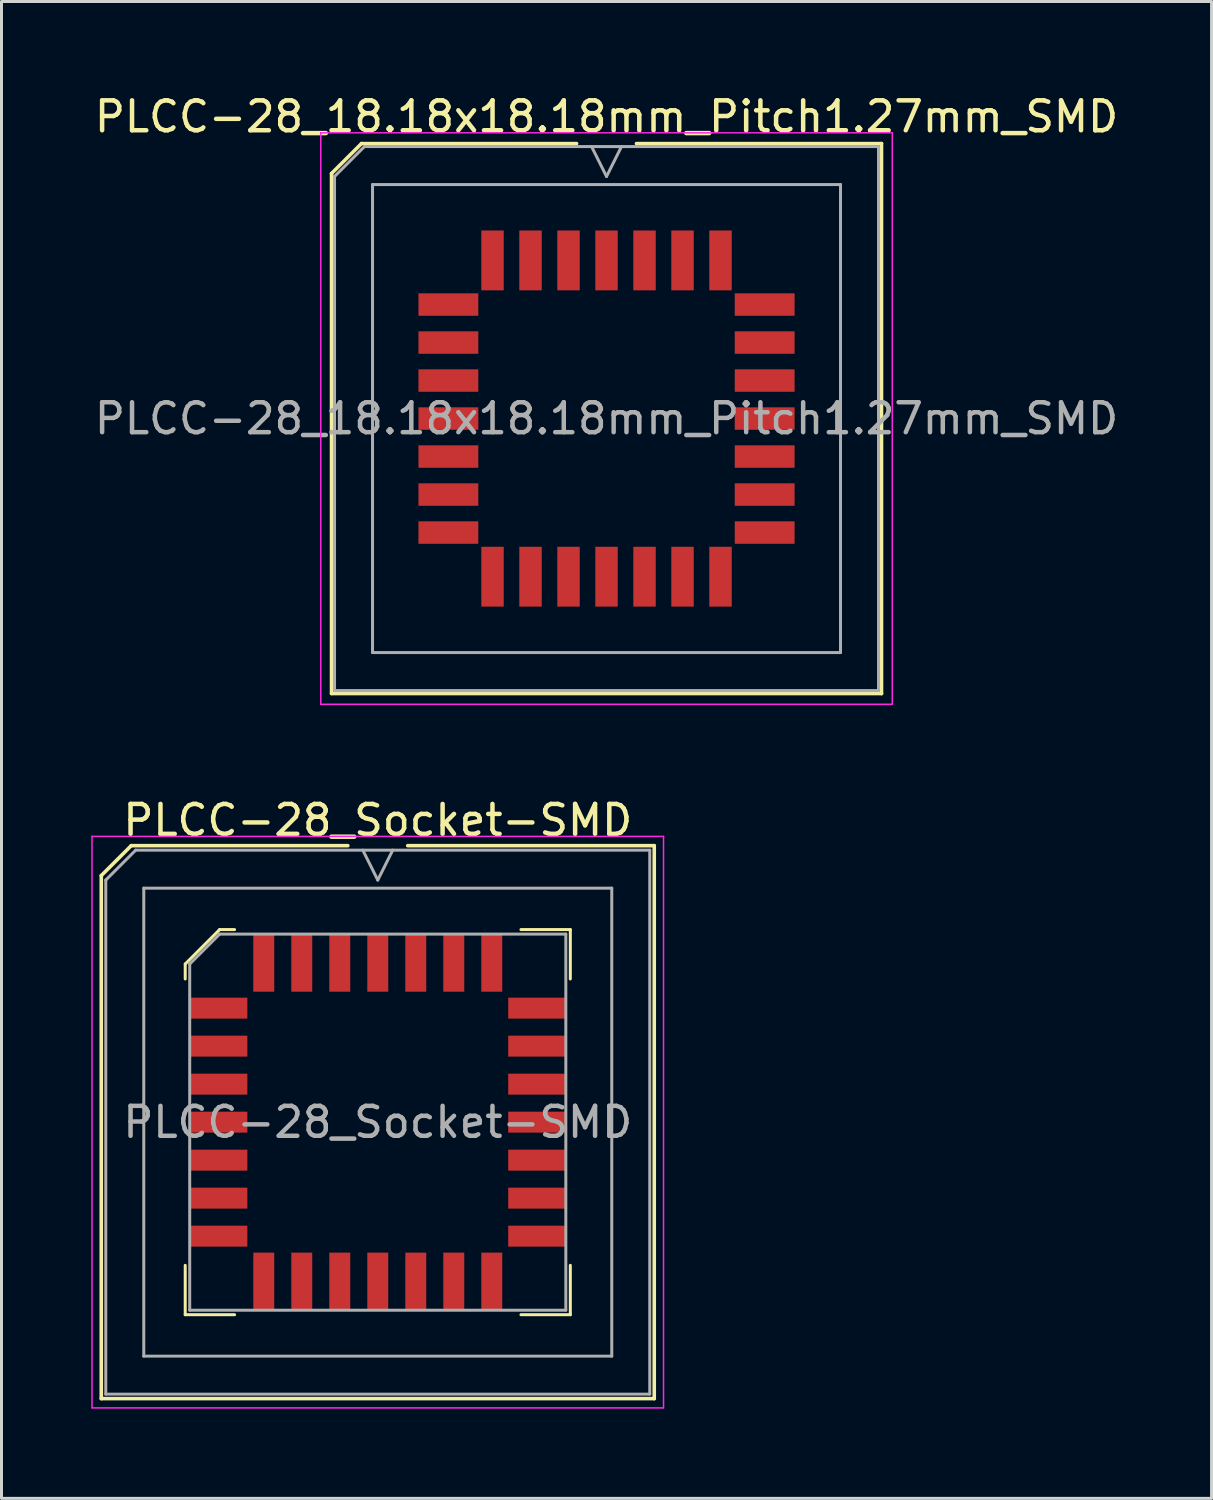
<source format=kicad_pcb>
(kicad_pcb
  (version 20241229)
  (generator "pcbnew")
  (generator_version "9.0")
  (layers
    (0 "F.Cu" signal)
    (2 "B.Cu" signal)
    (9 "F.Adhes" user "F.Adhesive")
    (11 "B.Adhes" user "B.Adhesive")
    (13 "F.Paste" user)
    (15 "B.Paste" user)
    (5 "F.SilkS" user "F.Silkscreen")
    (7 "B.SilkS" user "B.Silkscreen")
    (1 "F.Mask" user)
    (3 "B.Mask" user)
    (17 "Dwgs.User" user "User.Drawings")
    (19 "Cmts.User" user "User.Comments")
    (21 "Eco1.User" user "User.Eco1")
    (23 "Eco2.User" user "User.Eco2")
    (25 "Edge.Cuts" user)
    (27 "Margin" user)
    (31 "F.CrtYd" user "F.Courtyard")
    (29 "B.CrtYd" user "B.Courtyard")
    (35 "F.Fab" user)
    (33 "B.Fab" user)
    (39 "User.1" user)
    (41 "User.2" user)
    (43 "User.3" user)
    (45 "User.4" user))
  (footprint "PLCC-28_18.18x18.18mm_Pitch1.27mm_SMD"
    (layer "F.Cu")
    (at 17.22 10.938)
    (property "Reference" "PLCC-28_18.18x18.18mm_Pitch1.27mm_SMD" (at 0 -10.09 0) (layer "F.SilkS") (effects (font (size 1 1) (thickness 0.15))))
    (attr smd)
    (fp_line (start -9.19 -8.19) (end -9.19 9.19) (stroke (width 0.12) (type solid)) (layer "F.SilkS"))
    (fp_line (start -9.19 9.19) (end 9.19 9.19) (stroke (width 0.12) (type solid)) (layer "F.SilkS"))
    (fp_line (start -8.19 -9.19) (end -9.19 -8.19) (stroke (width 0.12) (type solid)) (layer "F.SilkS"))
    (fp_line (start -1 -9.19) (end -8.19 -9.19) (stroke (width 0.12) (type solid)) (layer "F.SilkS"))
    (fp_line (start 9.19 -9.19) (end 1 -9.19) (stroke (width 0.12) (type solid)) (layer "F.SilkS"))
    (fp_line (start 9.19 9.19) (end 9.19 -9.19) (stroke (width 0.12) (type solid)) (layer "F.SilkS"))
    (fp_line (start -9.55 -9.55) (end -9.55 9.55) (stroke (width 0.05) (type solid)) (layer "F.CrtYd"))
    (fp_line (start -9.55 9.55) (end 9.55 9.55) (stroke (width 0.05) (type solid)) (layer "F.CrtYd"))
    (fp_line (start 9.55 -9.55) (end -9.55 -9.55) (stroke (width 0.05) (type solid)) (layer "F.CrtYd"))
    (fp_line (start 9.55 9.55) (end 9.55 -9.55) (stroke (width 0.05) (type solid)) (layer "F.CrtYd"))
    (fp_line (start -9.09 -8.09) (end -9.09 9.09) (stroke (width 0.1) (type solid)) (layer "F.Fab"))
    (fp_line (start -9.09 9.09) (end 9.09 9.09) (stroke (width 0.1) (type solid)) (layer "F.Fab"))
    (fp_line (start -8.09 -9.09) (end -9.09 -8.09) (stroke (width 0.1) (type solid)) (layer "F.Fab"))
    (fp_line (start -7.82 -7.82) (end -7.82 7.82) (stroke (width 0.1) (type solid)) (layer "F.Fab"))
    (fp_line (start -7.82 7.82) (end 7.82 7.82) (stroke (width 0.1) (type solid)) (layer "F.Fab"))
    (fp_line (start -0.5 -9.09) (end 0 -8.09) (stroke (width 0.1) (type solid)) (layer "F.Fab"))
    (fp_line (start 0 -8.09) (end 0.5 -9.09) (stroke (width 0.1) (type solid)) (layer "F.Fab"))
    (fp_line (start 7.82 -7.82) (end -7.82 -7.82) (stroke (width 0.1) (type solid)) (layer "F.Fab"))
    (fp_line (start 7.82 7.82) (end 7.82 -7.82) (stroke (width 0.1) (type solid)) (layer "F.Fab"))
    (fp_line (start 9.09 -9.09) (end -8.09 -9.09) (stroke (width 0.1) (type solid)) (layer "F.Fab"))
    (fp_line (start 9.09 9.09) (end 9.09 -9.09) (stroke (width 0.1) (type solid)) (layer "F.Fab"))
    (fp_text user "${REFERENCE}" (at 0 0 0) (layer "F.Fab") (effects (font (size 1 1) (thickness 0.15))))
    (pad "1" smd rect (at 0 -5.285) (size 0.75 2) (layers "F.Cu" "F.Mask" "F.Paste"))
    (pad "2" smd rect (at -1.27 -5.285) (size 0.75 2) (layers "F.Cu" "F.Mask" "F.Paste"))
    (pad "3" smd rect (at -2.54 -5.285) (size 0.75 2) (layers "F.Cu" "F.Mask" "F.Paste"))
    (pad "4" smd rect (at -3.81 -5.285) (size 0.75 2) (layers "F.Cu" "F.Mask" "F.Paste"))
    (pad "5" smd rect (at -5.285 -3.81) (size 2 0.75) (layers "F.Cu" "F.Mask" "F.Paste"))
    (pad "6" smd rect (at -5.285 -2.54) (size 2 0.75) (layers "F.Cu" "F.Mask" "F.Paste"))
    (pad "7" smd rect (at -5.285 -1.27) (size 2 0.75) (layers "F.Cu" "F.Mask" "F.Paste"))
    (pad "8" smd rect (at -5.285 0) (size 2 0.75) (layers "F.Cu" "F.Mask" "F.Paste"))
    (pad "9" smd rect (at -5.285 1.27) (size 2 0.75) (layers "F.Cu" "F.Mask" "F.Paste"))
    (pad "10" smd rect (at -5.285 2.54) (size 2 0.75) (layers "F.Cu" "F.Mask" "F.Paste"))
    (pad "11" smd rect (at -5.285 3.81) (size 2 0.75) (layers "F.Cu" "F.Mask" "F.Paste"))
    (pad "12" smd rect (at -3.81 5.285) (size 0.75 2) (layers "F.Cu" "F.Mask" "F.Paste"))
    (pad "13" smd rect (at -2.54 5.285) (size 0.75 2) (layers "F.Cu" "F.Mask" "F.Paste"))
    (pad "14" smd rect (at -1.27 5.285) (size 0.75 2) (layers "F.Cu" "F.Mask" "F.Paste"))
    (pad "15" smd rect (at 0 5.285) (size 0.75 2) (layers "F.Cu" "F.Mask" "F.Paste"))
    (pad "16" smd rect (at 1.27 5.285) (size 0.75 2) (layers "F.Cu" "F.Mask" "F.Paste"))
    (pad "17" smd rect (at 2.54 5.285) (size 0.75 2) (layers "F.Cu" "F.Mask" "F.Paste"))
    (pad "18" smd rect (at 3.81 5.285) (size 0.75 2) (layers "F.Cu" "F.Mask" "F.Paste"))
    (pad "19" smd rect (at 5.285 3.81) (size 2 0.75) (layers "F.Cu" "F.Mask" "F.Paste"))
    (pad "20" smd rect (at 5.285 2.54) (size 2 0.75) (layers "F.Cu" "F.Mask" "F.Paste"))
    (pad "21" smd rect (at 5.285 1.27) (size 2 0.75) (layers "F.Cu" "F.Mask" "F.Paste"))
    (pad "22" smd rect (at 5.285 0) (size 2 0.75) (layers "F.Cu" "F.Mask" "F.Paste"))
    (pad "23" smd rect (at 5.285 -1.27) (size 2 0.75) (layers "F.Cu" "F.Mask" "F.Paste"))
    (pad "24" smd rect (at 5.285 -2.54) (size 2 0.75) (layers "F.Cu" "F.Mask" "F.Paste"))
    (pad "25" smd rect (at 5.285 -3.81) (size 2 0.75) (layers "F.Cu" "F.Mask" "F.Paste"))
    (pad "26" smd rect (at 3.81 -5.285) (size 0.75 2) (layers "F.Cu" "F.Mask" "F.Paste"))
    (pad "27" smd rect (at 2.54 -5.285) (size 0.75 2) (layers "F.Cu" "F.Mask" "F.Paste"))
    (pad "28" smd rect (at 1.27 -5.285) (size 0.75 2) (layers "F.Cu" "F.Mask" "F.Paste")))
  (footprint "PLCC-28_Socket-SMD"
    (layer "F.Cu")
    (at 9.575 34.452)
    (property "Reference" "PLCC-28_Socket-SMD" (at 0 -10.09 0) (layer "F.SilkS") (effects (font (size 1 1) (thickness 0.15))))
    (attr smd)
    (fp_line (start -9.24 -8.24) (end -9.24 9.24) (stroke (width 0.12) (type solid)) (layer "F.SilkS"))
    (fp_line (start -9.24 9.24) (end 9.24 9.24) (stroke (width 0.12) (type solid)) (layer "F.SilkS"))
    (fp_line (start -8.24 -9.24) (end -9.24 -8.24) (stroke (width 0.12) (type solid)) (layer "F.SilkS"))
    (fp_line (start -6.435 -5.285) (end -6.435 -4.785) (stroke (width 0.1) (type solid)) (layer "F.SilkS"))
    (fp_line (start -6.435 6.435) (end -6.435 4.785) (stroke (width 0.1) (type solid)) (layer "F.SilkS"))
    (fp_line (start -5.285 -6.435) (end -6.435 -5.285) (stroke (width 0.1) (type solid)) (layer "F.SilkS"))
    (fp_line (start -4.785 -6.435) (end -5.285 -6.435) (stroke (width 0.1) (type solid)) (layer "F.SilkS"))
    (fp_line (start -4.785 6.435) (end -6.435 6.435) (stroke (width 0.1) (type solid)) (layer "F.SilkS"))
    (fp_line (start -1 -9.24) (end -8.24 -9.24) (stroke (width 0.12) (type solid)) (layer "F.SilkS"))
    (fp_line (start 4.785 -6.435) (end 6.435 -6.435) (stroke (width 0.1) (type solid)) (layer "F.SilkS"))
    (fp_line (start 4.785 6.435) (end 6.435 6.435) (stroke (width 0.1) (type solid)) (layer "F.SilkS"))
    (fp_line (start 6.435 -6.435) (end 6.435 -4.785) (stroke (width 0.1) (type solid)) (layer "F.SilkS"))
    (fp_line (start 6.435 6.435) (end 6.435 4.785) (stroke (width 0.1) (type solid)) (layer "F.SilkS"))
    (fp_line (start 9.24 -9.24) (end 1 -9.24) (stroke (width 0.12) (type solid)) (layer "F.SilkS"))
    (fp_line (start 9.24 9.24) (end 9.24 -9.24) (stroke (width 0.12) (type solid)) (layer "F.SilkS"))
    (fp_line (start -9.55 -9.55) (end -9.55 9.55) (stroke (width 0.05) (type solid)) (layer "F.CrtYd"))
    (fp_line (start -9.55 9.55) (end 9.55 9.55) (stroke (width 0.05) (type solid)) (layer "F.CrtYd"))
    (fp_line (start 9.55 -9.55) (end -9.55 -9.55) (stroke (width 0.05) (type solid)) (layer "F.CrtYd"))
    (fp_line (start 9.55 9.55) (end 9.55 -9.55) (stroke (width 0.05) (type solid)) (layer "F.CrtYd"))
    (fp_line (start -9.09 -8.09) (end -9.09 9.09) (stroke (width 0.1) (type solid)) (layer "F.Fab"))
    (fp_line (start -9.09 9.09) (end 9.09 9.09) (stroke (width 0.1) (type solid)) (layer "F.Fab"))
    (fp_line (start -8.09 -9.09) (end -9.09 -8.09) (stroke (width 0.1) (type solid)) (layer "F.Fab"))
    (fp_line (start -7.82 -7.82) (end -7.82 7.82) (stroke (width 0.1) (type solid)) (layer "F.Fab"))
    (fp_line (start -7.82 7.82) (end 7.82 7.82) (stroke (width 0.1) (type solid)) (layer "F.Fab"))
    (fp_line (start -6.285 -5.285) (end -6.285 6.285) (stroke (width 0.1) (type solid)) (layer "F.Fab"))
    (fp_line (start -6.285 6.285) (end 6.285 6.285) (stroke (width 0.1) (type solid)) (layer "F.Fab"))
    (fp_line (start -5.285 -6.285) (end -6.285 -5.285) (stroke (width 0.1) (type solid)) (layer "F.Fab"))
    (fp_line (start -0.5 -9.09) (end 0 -8.09) (stroke (width 0.1) (type solid)) (layer "F.Fab"))
    (fp_line (start 0 -8.09) (end 0.5 -9.09) (stroke (width 0.1) (type solid)) (layer "F.Fab"))
    (fp_line (start 6.285 -6.285) (end -5.285 -6.285) (stroke (width 0.1) (type solid)) (layer "F.Fab"))
    (fp_line (start 6.285 6.285) (end 6.285 -6.285) (stroke (width 0.1) (type solid)) (layer "F.Fab"))
    (fp_line (start 7.82 -7.82) (end -7.82 -7.82) (stroke (width 0.1) (type solid)) (layer "F.Fab"))
    (fp_line (start 7.82 7.82) (end 7.82 -7.82) (stroke (width 0.1) (type solid)) (layer "F.Fab"))
    (fp_line (start 9.09 -9.09) (end -8.09 -9.09) (stroke (width 0.1) (type solid)) (layer "F.Fab"))
    (fp_line (start 9.09 9.09) (end 9.09 -9.09) (stroke (width 0.1) (type solid)) (layer "F.Fab"))
    (fp_text user "${REFERENCE}" (at 0 0 0) (layer "F.Fab") (effects (font (size 1 1) (thickness 0.15))))
    (pad "1" smd rect (at 0 -5.322) (size 0.7 1.925) (layers "F.Cu" "F.Mask" "F.Paste"))
    (pad "2" smd rect (at -1.27 -5.322) (size 0.7 1.925) (layers "F.Cu" "F.Mask" "F.Paste"))
    (pad "3" smd rect (at -2.54 -5.322) (size 0.7 1.925) (layers "F.Cu" "F.Mask" "F.Paste"))
    (pad "4" smd rect (at -3.81 -5.322) (size 0.7 1.925) (layers "F.Cu" "F.Mask" "F.Paste"))
    (pad "5" smd rect (at -5.322 -3.81) (size 1.925 0.7) (layers "F.Cu" "F.Mask" "F.Paste"))
    (pad "6" smd rect (at -5.322 -2.54) (size 1.925 0.7) (layers "F.Cu" "F.Mask" "F.Paste"))
    (pad "7" smd rect (at -5.322 -1.27) (size 1.925 0.7) (layers "F.Cu" "F.Mask" "F.Paste"))
    (pad "8" smd rect (at -5.322 0) (size 1.925 0.7) (layers "F.Cu" "F.Mask" "F.Paste"))
    (pad "9" smd rect (at -5.322 1.27) (size 1.925 0.7) (layers "F.Cu" "F.Mask" "F.Paste"))
    (pad "10" smd rect (at -5.322 2.54) (size 1.925 0.7) (layers "F.Cu" "F.Mask" "F.Paste"))
    (pad "11" smd rect (at -5.322 3.81) (size 1.925 0.7) (layers "F.Cu" "F.Mask" "F.Paste"))
    (pad "12" smd rect (at -3.81 5.322) (size 0.7 1.925) (layers "F.Cu" "F.Mask" "F.Paste"))
    (pad "13" smd rect (at -2.54 5.322) (size 0.7 1.925) (layers "F.Cu" "F.Mask" "F.Paste"))
    (pad "14" smd rect (at -1.27 5.322) (size 0.7 1.925) (layers "F.Cu" "F.Mask" "F.Paste"))
    (pad "15" smd rect (at 0 5.322) (size 0.7 1.925) (layers "F.Cu" "F.Mask" "F.Paste"))
    (pad "16" smd rect (at 1.27 5.322) (size 0.7 1.925) (layers "F.Cu" "F.Mask" "F.Paste"))
    (pad "17" smd rect (at 2.54 5.322) (size 0.7 1.925) (layers "F.Cu" "F.Mask" "F.Paste"))
    (pad "18" smd rect (at 3.81 5.322) (size 0.7 1.925) (layers "F.Cu" "F.Mask" "F.Paste"))
    (pad "19" smd rect (at 5.322 3.81) (size 1.925 0.7) (layers "F.Cu" "F.Mask" "F.Paste"))
    (pad "20" smd rect (at 5.322 2.54) (size 1.925 0.7) (layers "F.Cu" "F.Mask" "F.Paste"))
    (pad "21" smd rect (at 5.322 1.27) (size 1.925 0.7) (layers "F.Cu" "F.Mask" "F.Paste"))
    (pad "22" smd rect (at 5.322 0) (size 1.925 0.7) (layers "F.Cu" "F.Mask" "F.Paste"))
    (pad "23" smd rect (at 5.322 -1.27) (size 1.925 0.7) (layers "F.Cu" "F.Mask" "F.Paste"))
    (pad "24" smd rect (at 5.322 -2.54) (size 1.925 0.7) (layers "F.Cu" "F.Mask" "F.Paste"))
    (pad "25" smd rect (at 5.322 -3.81) (size 1.925 0.7) (layers "F.Cu" "F.Mask" "F.Paste"))
    (pad "26" smd rect (at 3.81 -5.322) (size 0.7 1.925) (layers "F.Cu" "F.Mask" "F.Paste"))
    (pad "27" smd rect (at 2.54 -5.322) (size 0.7 1.925) (layers "F.Cu" "F.Mask" "F.Paste"))
    (pad "28" smd rect (at 1.27 -5.322) (size 0.7 1.925) (layers "F.Cu" "F.Mask" "F.Paste")))
  (gr_rect
    (start -3 -3)
    (end 37.44 47.026)
    (stroke (width 0.1) (type default))
    (fill no)
    (layer "Edge.Cuts")))
</source>
